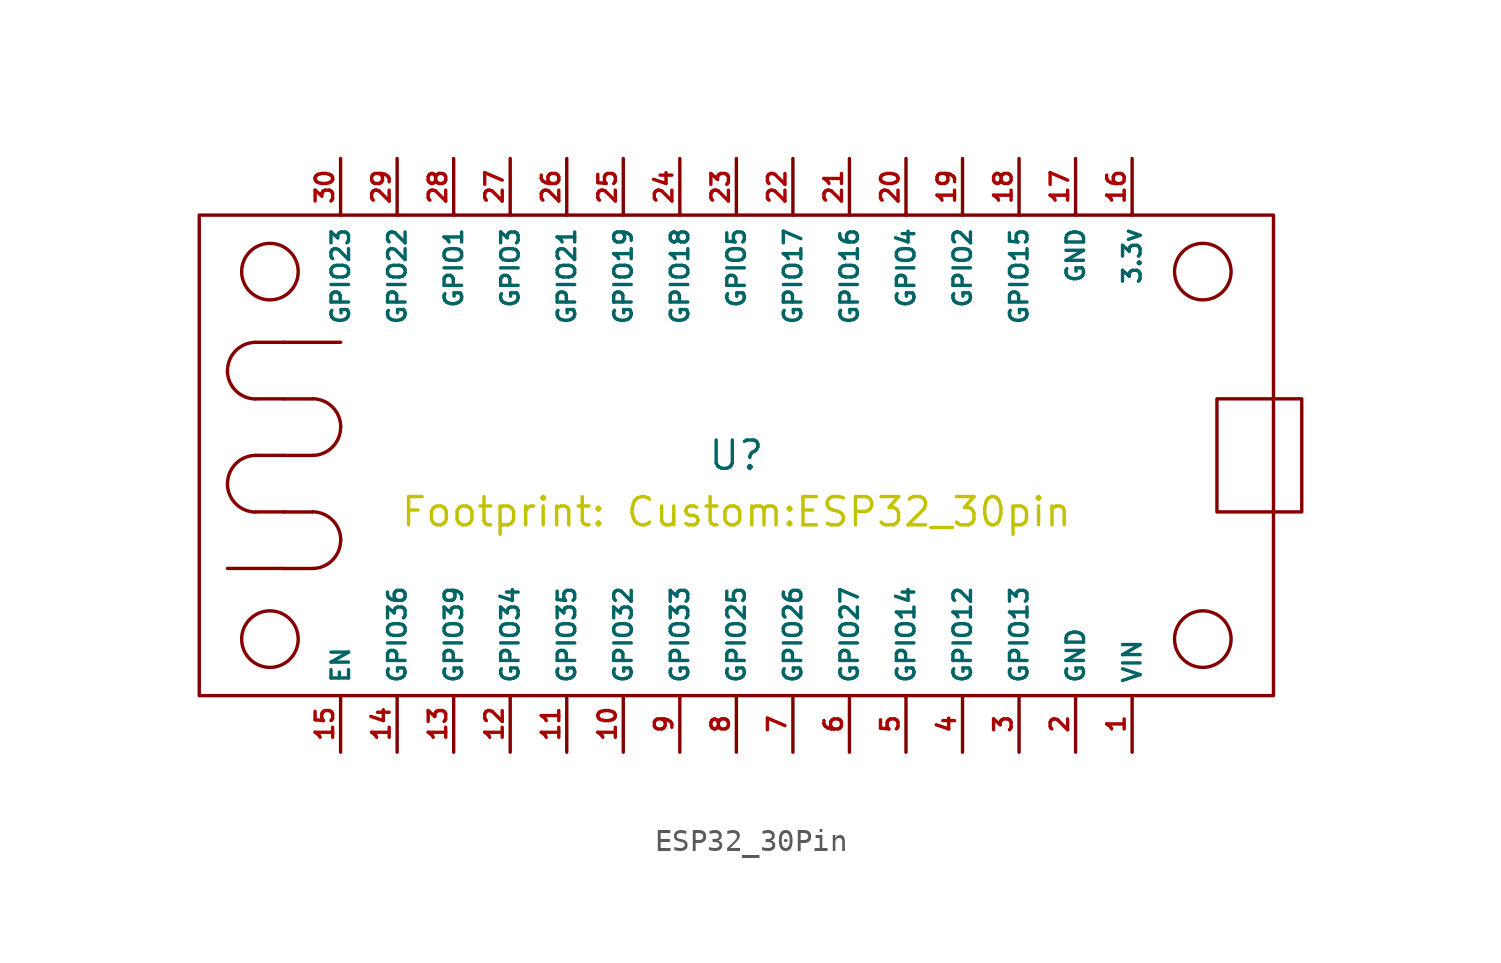
<source format=kicad_sym>
(kicad_symbol_lib
  (version 20241209)
  (generator "kicad_symbol_editor")
  (generator_version "9.0")
  (symbol "ESP32_30Pin"
    (property "Reference" "U"
      (at 0 0 0)
      (effects (font (size 1.27 1.27))))
    (property "Value" ""
      (at 0 0 0)
      (effects (font (size 1.27 1.27))))
    (property "Footprint" "Custom:ESP32_30pin"
      (at 0 -2.54 0)
      (show_name)
      (effects (font (size 1.27 1.27) (color 194 194 0 1))))
    (symbol "ESP32_30Pin_0_1"
      (rectangle (start -24.13 10.795) (end 24.13 -10.795) (stroke (width 0) (type default)) (fill (type none)))
      (polyline (pts (xy -21.59 5.08) (xy -20.32 5.08)) (stroke (width 0) (type default)) (fill (type none)))
      (polyline (pts (xy -21.59 2.54) (xy -20.32 2.54)) (stroke (width 0) (type default)) (fill (type none)))
      (polyline (pts (xy -21.59 0) (xy -20.32 0)) (stroke (width 0) (type default)) (fill (type none)))
      (polyline (pts (xy -21.59 -2.54) (xy -20.32 -2.54)) (stroke (width 0) (type default)) (fill (type none)))
      (arc (start -21.5975 2.5325) (mid -22.4933 2.9067) (end -22.8675 3.8025) (stroke (width 0) (type default)) (fill (type none)))
      (arc (start -21.5975 -2.5475) (mid -22.4933 -2.1733) (end -22.8675 -1.2775) (stroke (width 0) (type default)) (fill (type none)))
      (arc (start -22.86 3.81) (mid -22.4873 4.7073) (end -21.59 5.08) (stroke (width 0) (type default)) (fill (type none)))
      (arc (start -22.86 -1.27) (mid -22.4873 -0.3727) (end -21.59 0) (stroke (width 0) (type default)) (fill (type none)))
      (circle (center -20.955 8.255) (radius 1.27) (stroke (width 0) (type default)) (fill (type none)))
      (circle (center -20.955 -8.255) (radius 1.27) (stroke (width 0) (type default)) (fill (type none)))
      (polyline (pts (xy -20.32 5.08) (xy -17.78 5.08)) (stroke (width 0) (type default)) (fill (type none)))
      (polyline (pts (xy -20.32 -5.08) (xy -22.86 -5.08)) (stroke (width 0) (type default)) (fill (type none)))
      (arc (start -17.7775 1.2675) (mid -18.1502 0.3702) (end -19.0475 -0.0025) (stroke (width 0) (type default)) (fill (type none)))
      (arc (start -17.7775 -3.8125) (mid -18.1502 -4.7098) (end -19.0475 -5.0825) (stroke (width 0) (type default)) (fill (type none)))
      (arc (start -19.04 2.545) (mid -18.1442 2.1708) (end -17.77 1.275) (stroke (width 0) (type default)) (fill (type none)))
      (arc (start -19.04 -2.535) (mid -18.1442 -2.9092) (end -17.77 -3.805) (stroke (width 0) (type default)) (fill (type none)))
      (polyline (pts (xy -19.047 2.538) (xy -20.317 2.538)) (stroke (width 0) (type default)) (fill (type none)))
      (polyline (pts (xy -19.047 -0.003) (xy -20.317 -0.003)) (stroke (width 0) (type default)) (fill (type none)))
      (polyline (pts (xy -19.047 -2.542) (xy -20.317 -2.542)) (stroke (width 0) (type default)) (fill (type none)))
      (polyline (pts (xy -19.047 -5.082) (xy -20.317 -5.082)) (stroke (width 0) (type default)) (fill (type none)))
      (circle (center 20.955 8.255) (radius 1.27) (stroke (width 0) (type default)) (fill (type none)))
      (circle (center 20.955 -8.255) (radius 1.27) (stroke (width 0) (type default)) (fill (type none)))
      (rectangle (start 21.59 2.54) (end 25.4 -2.54) (stroke (width 0) (type default)) (fill (type none))))
    (symbol "ESP32_30Pin_1_1"
      (pin bidirectional line (at -17.78 13.335 270) (length 2.54) (name "GPIO23" (effects (font (size 0.787 0.787)))) (number "30" (effects (font (size 0.787 0.787)))))
      (pin bidirectional line (at -17.78 -13.335 90) (length 2.54) (name "EN" (effects (font (size 0.787 0.787)))) (number "15" (effects (font (size 0.787 0.787)))))
      (pin bidirectional line (at -15.24 13.335 270) (length 2.54) (name "GPIO22" (effects (font (size 0.787 0.787)))) (number "29" (effects (font (size 0.787 0.787)))))
      (pin bidirectional line (at -15.24 -13.335 90) (length 2.54) (name "GPIO36" (effects (font (size 0.787 0.787)))) (number "14" (effects (font (size 0.787 0.787)))))
      (pin bidirectional line (at -12.7 13.335 270) (length 2.54) (name "GPIO1" (effects (font (size 0.787 0.787)))) (number "28" (effects (font (size 0.787 0.787)))))
      (pin bidirectional line (at -12.7 -13.335 90) (length 2.54) (name "GPIO39" (effects (font (size 0.787 0.787)))) (number "13" (effects (font (size 0.787 0.787)))))
      (pin bidirectional line (at -10.16 13.335 270) (length 2.54) (name "GPIO3" (effects (font (size 0.787 0.787)))) (number "27" (effects (font (size 0.787 0.787)))))
      (pin bidirectional line (at -10.16 -13.335 90) (length 2.54) (name "GPIO34" (effects (font (size 0.787 0.787)))) (number "12" (effects (font (size 0.787 0.787)))))
      (pin bidirectional line (at -7.62 13.335 270) (length 2.54) (name "GPIO21" (effects (font (size 0.787 0.787)))) (number "26" (effects (font (size 0.787 0.787)))))
      (pin bidirectional line (at -7.62 -13.335 90) (length 2.54) (name "GPIO35" (effects (font (size 0.787 0.787)))) (number "11" (effects (font (size 0.787 0.787)))))
      (pin bidirectional line (at -5.08 13.335 270) (length 2.54) (name "GPIO19" (effects (font (size 0.787 0.787)))) (number "25" (effects (font (size 0.787 0.787)))))
      (pin bidirectional line (at -5.08 -13.335 90) (length 2.54) (name "GPIO32" (effects (font (size 0.787 0.787)))) (number "10" (effects (font (size 0.787 0.787)))))
      (pin bidirectional line (at -2.54 13.335 270) (length 2.54) (name "GPIO18" (effects (font (size 0.787 0.787)))) (number "24" (effects (font (size 0.787 0.787)))))
      (pin bidirectional line (at -2.54 -13.335 90) (length 2.54) (name "GPIO33" (effects (font (size 0.787 0.787)))) (number "9" (effects (font (size 0.787 0.787)))))
      (pin bidirectional line (at 0 13.335 270) (length 2.54) (name "GPIO5" (effects (font (size 0.787 0.787)))) (number "23" (effects (font (size 0.787 0.787)))))
      (pin bidirectional line (at 0 -13.335 90) (length 2.54) (name "GPIO25" (effects (font (size 0.787 0.787)))) (number "8" (effects (font (size 0.787 0.787)))))
      (pin bidirectional line (at 2.54 13.335 270) (length 2.54) (name "GPIO17" (effects (font (size 0.787 0.787)))) (number "22" (effects (font (size 0.787 0.787)))))
      (pin bidirectional line (at 2.54 -13.335 90) (length 2.54) (name "GPIO26" (effects (font (size 0.787 0.787)))) (number "7" (effects (font (size 0.787 0.787)))))
      (pin bidirectional line (at 5.08 13.335 270) (length 2.54) (name "GPIO16" (effects (font (size 0.787 0.787)))) (number "21" (effects (font (size 0.787 0.787)))))
      (pin bidirectional line (at 5.08 -13.335 90) (length 2.54) (name "GPIO27" (effects (font (size 0.787 0.787)))) (number "6" (effects (font (size 0.787 0.787)))))
      (pin bidirectional line (at 7.62 13.335 270) (length 2.54) (name "GPIO4" (effects (font (size 0.787 0.787)))) (number "20" (effects (font (size 0.787 0.787)))))
      (pin bidirectional line (at 7.62 -13.335 90) (length 2.54) (name "GPIO14" (effects (font (size 0.787 0.787)))) (number "5" (effects (font (size 0.787 0.787)))))
      (pin bidirectional line (at 10.16 13.335 270) (length 2.54) (name "GPIO2" (effects (font (size 0.787 0.787)))) (number "19" (effects (font (size 0.787 0.787)))))
      (pin bidirectional line (at 10.16 -13.335 90) (length 2.54) (name "GPIO12" (effects (font (size 0.787 0.787)))) (number "4" (effects (font (size 0.787 0.787)))))
      (pin bidirectional line (at 12.7 13.335 270) (length 2.54) (name "GPIO15" (effects (font (size 0.787 0.787)))) (number "18" (effects (font (size 0.787 0.787)))))
      (pin bidirectional line (at 12.7 -13.335 90) (length 2.54) (name "GPIO13" (effects (font (size 0.787 0.787)))) (number "3" (effects (font (size 0.787 0.787)))))
      (pin power_in line (at 15.24 13.335 270) (length 2.54) (name "GND" (effects (font (size 0.787 0.787)))) (number "17" (effects (font (size 0.787 0.787)))))
      (pin bidirectional line (at 15.24 -13.335 90) (length 2.54) (name "GND" (effects (font (size 0.787 0.787)))) (number "2" (effects (font (size 0.787 0.787)))))
      (pin output line (at 17.78 13.335 270) (length 2.54) (name "3.3v" (effects (font (size 0.787 0.787)))) (number "16" (effects (font (size 0.787 0.787)))))
      (pin power_out line (at 17.78 -13.335 90) (length 2.54) (name "VIN" (effects (font (size 0.787 0.787)))) (number "1" (effects (font (size 0.787 0.787))))))))
</source>
